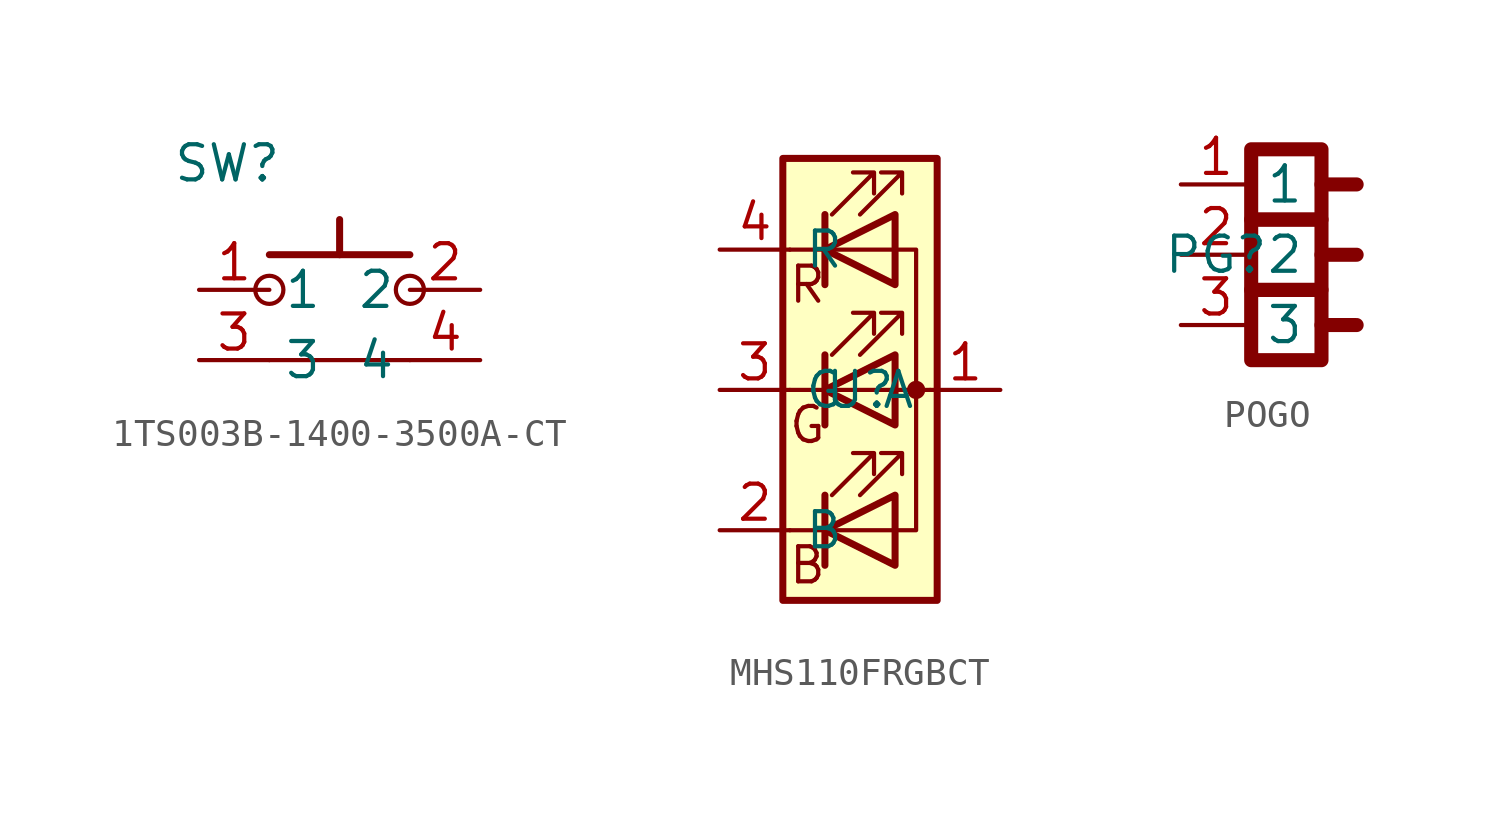
<source format=kicad_sym>
(kicad_symbol_lib
  (version 20241209)
  (generator "kicad_symbol_editor")
  (generator_version "9.0")
  (symbol "1TS003B-1400-3500A-CT"
    (property "Reference" "SW"
      (at -4.064 7.112 0)
      (effects (font (size 1.27 1.27))))
    (property "Value" ""
      (at 0 0 0)
      (effects (font (size 1.27 1.27))))
    (symbol "1TS003B-1400-3500A-CT_0_1"
      (polyline (pts (xy -2.54 3.81) (xy 2.54 3.81)) (stroke (width 0.254) (type default)) (fill (type none)))
      (circle (center -2.54 2.54) (radius 0.508) (stroke (width 0) (type default)) (fill (type none)))
      (polyline (pts (xy -2.54 0) (xy 2.54 0)) (stroke (width 0) (type default)) (fill (type none)))
      (polyline (pts (xy 0 5.08) (xy 0 3.81)) (stroke (width 0.254) (type default)) (fill (type none)))
      (circle (center 2.54 2.54) (radius 0.508) (stroke (width 0) (type default)) (fill (type none))))
    (symbol "1TS003B-1400-3500A-CT_1_1"
      (pin passive line (at -5.08 2.54 0) (length 2.54) (name "1" (effects (font (size 1.27 1.27)))) (number "1" (effects (font (size 1.27 1.27)))))
      (pin passive line (at -5.08 0 0) (length 2.54) (name "3" (effects (font (size 1.27 1.27)))) (number "3" (effects (font (size 1.27 1.27)))))
      (pin passive line (at 5.08 2.54 180) (length 2.54) (name "2" (effects (font (size 1.27 1.27)))) (number "2" (effects (font (size 1.27 1.27)))))
      (pin passive line (at 5.08 0 180) (length 2.54) (name "4" (effects (font (size 1.27 1.27)))) (number "4" (effects (font (size 1.27 1.27)))))))
  (symbol "MHS110FRGBCT"
    (property "Reference" "U"
      (at 0 0 0)
      (effects (font (size 1.27 1.27))))
    (property "Value" ""
      (at 0 0 0)
      (effects (font (size 1.27 1.27))))
    (symbol "MHS110FRGBCT_0_0"
      (text "R" (at -1.905 3.81 0) (effects (font (size 1.27 1.27))))
      (text "G" (at -1.905 -1.27 0) (effects (font (size 1.27 1.27))))
      (text "B" (at -1.905 -6.35 0) (effects (font (size 1.27 1.27)))))
    (symbol "MHS110FRGBCT_0_1"
      (polyline (pts (xy -1.27 6.35) (xy -1.27 3.81)) (stroke (width 0.254) (type default)) (fill (type none)))
      (polyline (pts (xy -1.27 6.35) (xy -1.27 3.81) (xy -1.27 3.81)) (stroke (width 0) (type default)) (fill (type none)))
      (polyline (pts (xy -1.27 5.08) (xy -2.54 5.08)) (stroke (width 0) (type default)) (fill (type none)))
      (polyline (pts (xy -1.27 5.08) (xy 1.27 5.08)) (stroke (width 0) (type default)) (fill (type none)))
      (polyline (pts (xy -1.27 1.27) (xy -1.27 -1.27)) (stroke (width 0.254) (type default)) (fill (type none)))
      (polyline (pts (xy -1.27 1.27) (xy -1.27 -1.27) (xy -1.27 -1.27)) (stroke (width 0) (type default)) (fill (type none)))
      (polyline (pts (xy -1.27 0) (xy -2.54 0)) (stroke (width 0) (type default)) (fill (type none)))
      (polyline (pts (xy -1.27 -3.81) (xy -1.27 -6.35)) (stroke (width 0.254) (type default)) (fill (type none)))
      (polyline (pts (xy -1.27 -5.08) (xy -2.54 -5.08)) (stroke (width 0) (type default)) (fill (type none)))
      (polyline (pts (xy -1.27 -5.08) (xy 1.27 -5.08)) (stroke (width 0) (type default)) (fill (type none)))
      (polyline (pts (xy -1.016 6.35) (xy 0.508 7.874) (xy -0.254 7.874) (xy 0.508 7.874) (xy 0.508 7.112)) (stroke (width 0) (type default)) (fill (type none)))
      (polyline (pts (xy -1.016 1.27) (xy 0.508 2.794) (xy -0.254 2.794) (xy 0.508 2.794) (xy 0.508 2.032)) (stroke (width 0) (type default)) (fill (type none)))
      (polyline (pts (xy -1.016 -3.81) (xy 0.508 -2.286) (xy -0.254 -2.286) (xy 0.508 -2.286) (xy 0.508 -3.048)) (stroke (width 0) (type default)) (fill (type none)))
      (polyline (pts (xy 0 6.35) (xy 1.524 7.874) (xy 0.762 7.874) (xy 1.524 7.874) (xy 1.524 7.112)) (stroke (width 0) (type default)) (fill (type none)))
      (polyline (pts (xy 0 1.27) (xy 1.524 2.794) (xy 0.762 2.794) (xy 1.524 2.794) (xy 1.524 2.032)) (stroke (width 0) (type default)) (fill (type none)))
      (polyline (pts (xy 0 -3.81) (xy 1.524 -2.286) (xy 0.762 -2.286) (xy 1.524 -2.286) (xy 1.524 -3.048)) (stroke (width 0) (type default)) (fill (type none)))
      (polyline (pts (xy 1.27 6.35) (xy 1.27 3.81) (xy -1.27 5.08) (xy 1.27 6.35)) (stroke (width 0.254) (type default)) (fill (type none)))
      (rectangle (start 1.27 6.35) (end 1.27 6.35) (stroke (width 0) (type default)) (fill (type none)))
      (rectangle (start 1.27 3.81) (end 1.27 6.35) (stroke (width 0) (type default)) (fill (type none)))
      (polyline (pts (xy 1.27 1.27) (xy 1.27 -1.27) (xy -1.27 0) (xy 1.27 1.27)) (stroke (width 0.254) (type default)) (fill (type none)))
      (rectangle (start 1.27 1.27) (end 1.27 1.27) (stroke (width 0) (type default)) (fill (type none)))
      (polyline (pts (xy 1.27 0) (xy -1.27 0)) (stroke (width 0) (type default)) (fill (type none)))
      (polyline (pts (xy 1.27 0) (xy 2.54 0)) (stroke (width 0) (type default)) (fill (type none)))
      (rectangle (start 1.27 -1.27) (end 1.27 1.27) (stroke (width 0) (type default)) (fill (type none)))
      (polyline (pts (xy 1.27 -3.81) (xy 1.27 -6.35) (xy -1.27 -5.08) (xy 1.27 -3.81)) (stroke (width 0.254) (type default)) (fill (type none)))
      (polyline (pts (xy 1.27 -5.08) (xy 2.032 -5.08) (xy 2.032 5.08) (xy 1.27 5.08)) (stroke (width 0) (type default)) (fill (type none)))
      (circle (center 2.032 0) (radius 0.254) (stroke (width 0) (type default)) (fill (type outline)))
      (rectangle (start 2.794 8.382) (end -2.794 -7.62) (stroke (width 0.254) (type default)) (fill (type background))))
    (symbol "MHS110FRGBCT_1_1"
      (pin passive line (at -5.08 5.08 0) (length 2.54) (name "R" (effects (font (size 1.27 1.27)))) (number "4" (effects (font (size 1.27 1.27)))))
      (pin passive line (at -5.08 0 0) (length 2.54) (name "G" (effects (font (size 1.27 1.27)))) (number "3" (effects (font (size 1.27 1.27)))))
      (pin passive line (at -5.08 -5.08 0) (length 2.54) (name "B" (effects (font (size 1.27 1.27)))) (number "2" (effects (font (size 1.27 1.27)))))
      (pin passive line (at 5.08 0 180) (length 2.54) (name "A" (effects (font (size 1.27 1.27)))) (number "1" (effects (font (size 1.27 1.27)))))))
  (symbol "POGO"
    (property "Reference" "PG"
      (at 0 0 0)
      (effects (font (size 1.27 1.27))))
    (property "Value" ""
      (at 0 0 0)
      (effects (font (size 1.27 1.27))))
    (symbol "POGO_1_1"
      (rectangle (start 1.27 3.81) (end 3.81 1.27) (stroke (width 0.508) (type solid)) (fill (type none)))
      (rectangle (start 1.27 1.27) (end 3.81 -1.27) (stroke (width 0.508) (type solid)) (fill (type none)))
      (rectangle (start 1.27 -1.27) (end 3.81 -3.81) (stroke (width 0.508) (type solid)) (fill (type none)))
      (polyline (pts (xy 3.81 2.54) (xy 5.08 2.54)) (stroke (width 0.508) (type solid)) (fill (type none)))
      (polyline (pts (xy 3.81 0) (xy 5.08 0)) (stroke (width 0.508) (type solid)) (fill (type none)))
      (polyline (pts (xy 3.81 -2.54) (xy 5.08 -2.54)) (stroke (width 0.508) (type solid)) (fill (type none)))
      (pin passive line (at -1.27 2.54 0) (length 2.54) (name "1" (effects (font (size 1.27 1.27)))) (number "1" (effects (font (size 1.27 1.27)))))
      (pin passive line (at -1.27 0 0) (length 2.54) (name "2" (effects (font (size 1.27 1.27)))) (number "2" (effects (font (size 1.27 1.27)))))
      (pin passive line (at -1.27 -2.54 0) (length 2.54) (name "3" (effects (font (size 1.27 1.27)))) (number "3" (effects (font (size 1.27 1.27))))))))
</source>
